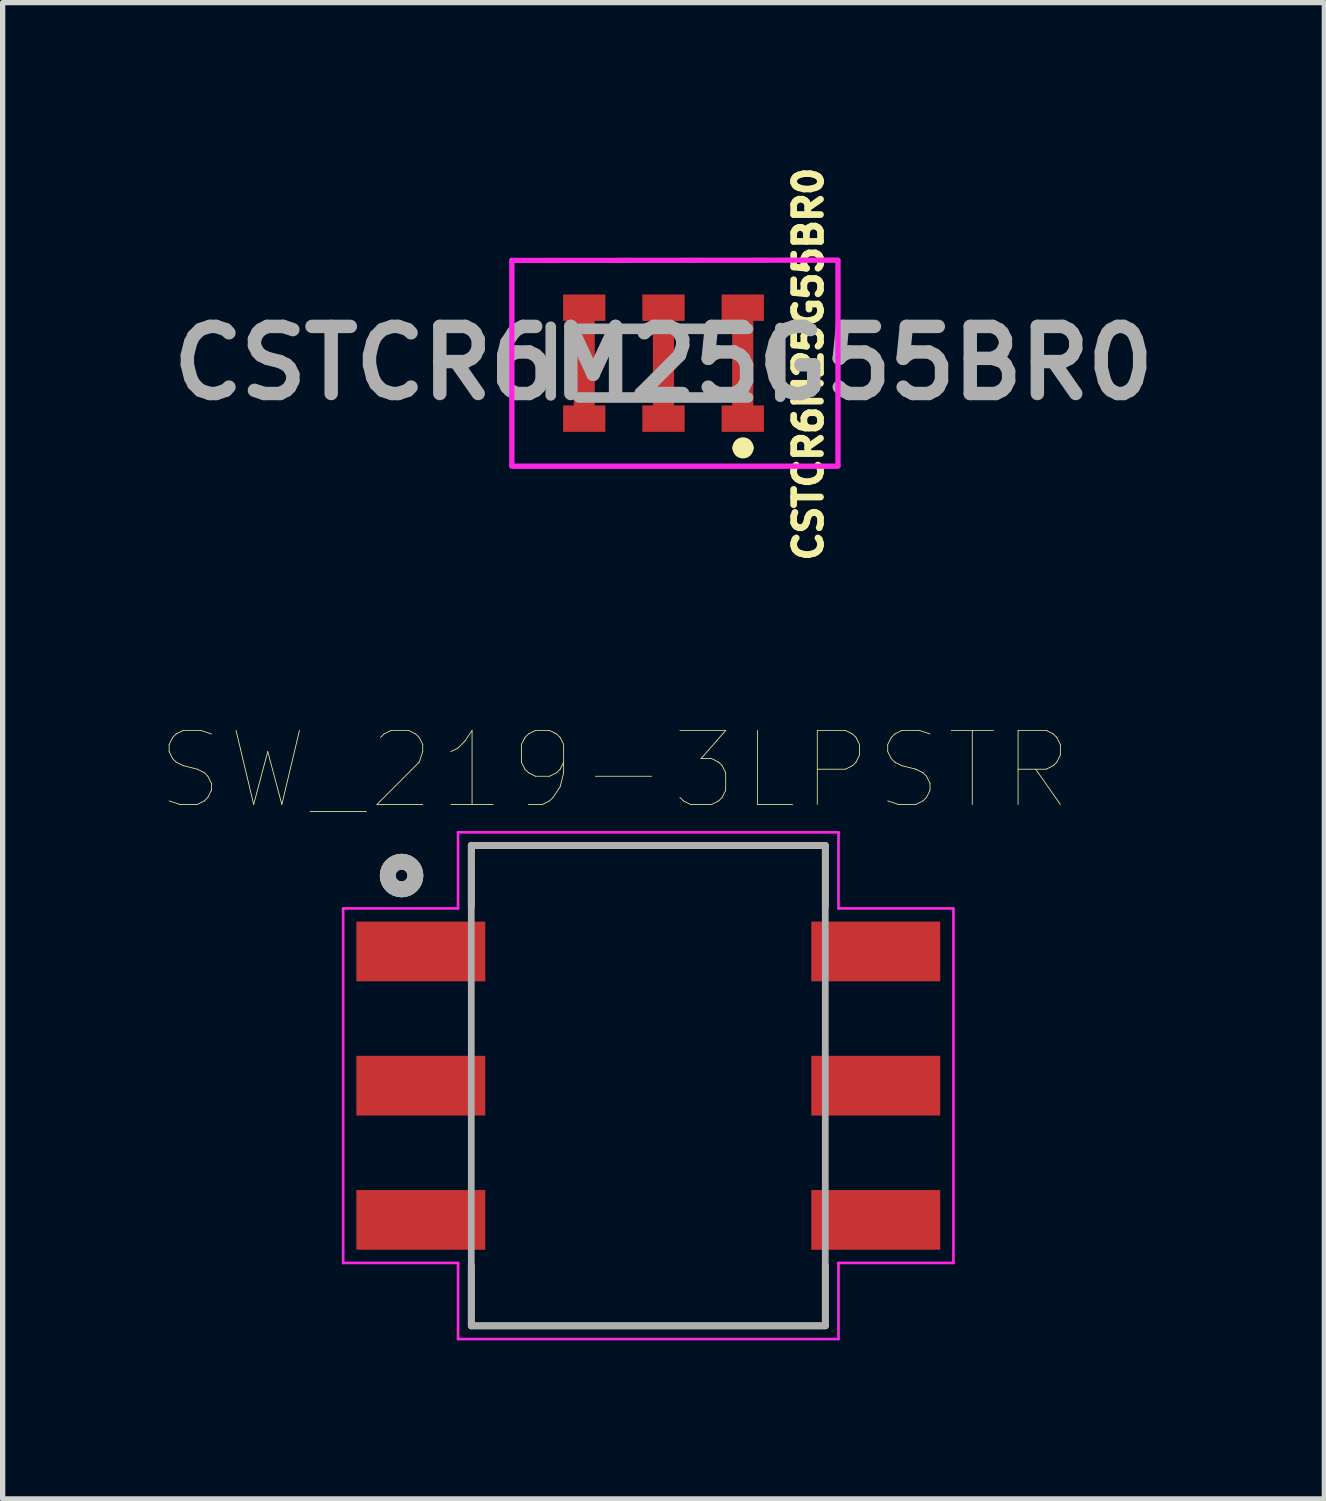
<source format=kicad_pcb>
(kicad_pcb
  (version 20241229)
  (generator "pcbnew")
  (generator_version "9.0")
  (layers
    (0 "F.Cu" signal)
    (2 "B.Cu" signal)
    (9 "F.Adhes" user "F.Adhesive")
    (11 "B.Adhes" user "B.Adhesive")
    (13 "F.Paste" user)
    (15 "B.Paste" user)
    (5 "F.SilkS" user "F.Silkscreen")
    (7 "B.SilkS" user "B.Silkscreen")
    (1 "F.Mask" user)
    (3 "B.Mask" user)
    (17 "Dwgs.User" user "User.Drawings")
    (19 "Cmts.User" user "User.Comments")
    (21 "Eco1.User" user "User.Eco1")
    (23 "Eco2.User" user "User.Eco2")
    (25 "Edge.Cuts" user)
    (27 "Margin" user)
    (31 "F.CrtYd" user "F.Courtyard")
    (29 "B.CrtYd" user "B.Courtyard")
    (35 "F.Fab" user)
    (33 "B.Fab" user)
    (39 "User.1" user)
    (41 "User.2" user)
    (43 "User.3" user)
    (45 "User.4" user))
  (footprint "SW_219-3LPSTR"
    (layer "F.Cu")
    (at 9.219 17.497)
    (property "Reference" "SW_219-3LPSTR" (at -0.635 -5.97 0) (layer "F.SilkS") (effects (font (size 1.4 1.4) (thickness 0.015))))
    (attr through_hole)
    (fp_line (start -3.35 -4.545) (end -3.35 -3.4) (stroke (width 0.127) (type solid)) (layer "F.SilkS"))
    (fp_line (start -3.35 3.405) (end -3.35 4.545) (stroke (width 0.127) (type solid)) (layer "F.SilkS"))
    (fp_line (start 3.35 -4.545) (end -3.35 -4.545) (stroke (width 0.127) (type solid)) (layer "F.SilkS"))
    (fp_line (start 3.35 -4.545) (end 3.35 -3.4) (stroke (width 0.127) (type solid)) (layer "F.SilkS"))
    (fp_line (start 3.35 3.405) (end 3.35 4.545) (stroke (width 0.127) (type solid)) (layer "F.SilkS"))
    (fp_line (start 3.35 4.545) (end -3.35 4.545) (stroke (width 0.127) (type solid)) (layer "F.SilkS"))
    (fp_circle (center -4.669 -3.977) (end -4.557 -3.977) (stroke (width 0.3) (type solid)) (fill no) (layer "F.SilkS"))
    (fp_line (start -5.775 -3.355) (end -3.6 -3.355) (stroke (width 0.05) (type solid)) (layer "F.CrtYd"))
    (fp_line (start -5.775 3.355) (end -5.775 -3.355) (stroke (width 0.05) (type solid)) (layer "F.CrtYd"))
    (fp_line (start -3.6 -4.795) (end 3.6 -4.795) (stroke (width 0.05) (type solid)) (layer "F.CrtYd"))
    (fp_line (start -3.6 -3.355) (end -3.6 -4.795) (stroke (width 0.05) (type solid)) (layer "F.CrtYd"))
    (fp_line (start -3.6 3.355) (end -5.775 3.355) (stroke (width 0.05) (type solid)) (layer "F.CrtYd"))
    (fp_line (start -3.6 4.795) (end -3.6 3.355) (stroke (width 0.05) (type solid)) (layer "F.CrtYd"))
    (fp_line (start 3.6 -4.795) (end 3.6 -3.355) (stroke (width 0.05) (type solid)) (layer "F.CrtYd"))
    (fp_line (start 3.6 -3.355) (end 5.775 -3.355) (stroke (width 0.05) (type solid)) (layer "F.CrtYd"))
    (fp_line (start 3.6 3.355) (end 3.6 4.795) (stroke (width 0.05) (type solid)) (layer "F.CrtYd"))
    (fp_line (start 3.6 4.795) (end -3.6 4.795) (stroke (width 0.05) (type solid)) (layer "F.CrtYd"))
    (fp_line (start 5.775 -3.355) (end 5.775 3.355) (stroke (width 0.05) (type solid)) (layer "F.CrtYd"))
    (fp_line (start 5.775 3.355) (end 3.6 3.355) (stroke (width 0.05) (type solid)) (layer "F.CrtYd"))
    (fp_line (start -3.35 -4.545) (end 3.35 -4.545) (stroke (width 0.127) (type solid)) (layer "F.Fab"))
    (fp_line (start -3.35 4.545) (end -3.35 -4.545) (stroke (width 0.127) (type solid)) (layer "F.Fab"))
    (fp_line (start 3.35 -4.545) (end 3.35 4.545) (stroke (width 0.127) (type solid)) (layer "F.Fab"))
    (fp_line (start 3.35 4.545) (end -3.35 4.545) (stroke (width 0.127) (type solid)) (layer "F.Fab"))
    (fp_circle (center -4.669 -3.977) (end -4.557 -3.977) (stroke (width 0.3) (type solid)) (fill no) (layer "F.Fab"))
    (pad "1" smd rect (at -4.305 -2.54) (size 2.44 1.13) (layers "F.Cu" "F.Mask" "F.Paste"))
    (pad "1_1" smd rect (at 4.305 -2.54) (size 2.44 1.13) (layers "F.Cu" "F.Mask" "F.Paste"))
    (pad "2" smd rect (at -4.305 0) (size 2.44 1.13) (layers "F.Cu" "F.Mask" "F.Paste"))
    (pad "2_1" smd rect (at 4.305 0) (size 2.44 1.13) (layers "F.Cu" "F.Mask" "F.Paste"))
    (pad "3" smd rect (at -4.305 2.54) (size 2.44 1.13) (layers "F.Cu" "F.Mask" "F.Paste"))
    (pad "3_1" smd rect (at 4.305 2.54) (size 2.44 1.13) (layers "F.Cu" "F.Mask" "F.Paste")))
  (footprint "CSTCR6M25G55BR0"
    (layer "F.Cu")
    (at 9.507 3.823)
    (property "Reference" "CSTCR6M25G55BR0" (at 2.743 0.018 270) (layer "F.SilkS") (effects (font (size 0.508 0.508) (thickness 0.127))))
    (attr smd)
    (fp_line (start -2.134 -0.69) (end -2.134 0.61) (stroke (width 0.1) (type solid)) (layer "F.SilkS"))
    (fp_line (start 2.21 -0.65) (end 2.21 0.65) (stroke (width 0.1) (type solid)) (layer "F.SilkS"))
    (fp_arc (start 1.4048 1.6032) (mid 1.5048 1.5032) (end 1.6048 1.6032) (stroke (width 0.2) (type solid)) (layer "F.SilkS"))
    (fp_arc (start 1.6048 1.6032) (mid 1.5048 1.7032) (end 1.4048 1.6032) (stroke (width 0.2) (type solid)) (layer "F.SilkS"))
    (fp_line (start -2.87 -1.944) (end 3.302 -1.95) (stroke (width 0.1) (type solid)) (layer "F.CrtYd"))
    (fp_line (start -2.87 1.93) (end -2.87 -1.944) (stroke (width 0.1) (type solid)) (layer "F.CrtYd"))
    (fp_line (start 3.302 -1.93) (end 3.302 1.93) (stroke (width 0.1) (type solid)) (layer "F.CrtYd"))
    (fp_line (start 3.302 1.95) (end -2.87 1.95) (stroke (width 0.1) (type solid)) (layer "F.CrtYd"))
    (fp_line (start -2.134 0.61) (end -2.134 -0.69) (stroke (width 0.2) (type solid)) (layer "F.Fab"))
    (fp_line (start -1.6 -0.65) (end 1.6 -0.65) (stroke (width 0.2) (type solid)) (layer "F.Fab"))
    (fp_line (start 1.6 0.65) (end -1.6 0.65) (stroke (width 0.2) (type solid)) (layer "F.Fab"))
    (fp_line (start 2.21 -0.665) (end 2.21 0.635) (stroke (width 0.2) (type solid)) (layer "F.Fab"))
    (fp_text user "${REFERENCE}" (at 0 0 180) (layer "F.Fab") (effects (font (size 1.27 1.27) (thickness 0.254))))
    (pad "1" smd custom (at 1.5 0) (size 0.4 1.6) (layers "F.Cu" "F.Mask" "F.Paste") (options (anchor rect)) (primitives (gr_poly (pts (xy -0.4 -0.8) (xy 0.4 -0.8) (xy 0.4 -1.3) (xy -0.4 -1.3)) (width 0) (fill yes)) (gr_poly (pts (xy -0.4 1.3) (xy 0.4 1.3) (xy 0.4 0.8) (xy -0.4 0.8)) (width 0) (fill yes))))
    (pad "2" smd custom (at 0 0) (size 0.4 1.6) (layers "F.Cu" "F.Mask" "F.Paste") (options (anchor rect)) (primitives (gr_poly (pts (xy -0.4 -0.8) (xy 0.4 -0.8) (xy 0.4 -1.3) (xy -0.4 -1.3)) (width 0) (fill yes)) (gr_poly (pts (xy -0.4 1.3) (xy 0.4 1.3) (xy 0.4 0.8) (xy -0.4 0.8)) (width 0) (fill yes))))
    (pad "3" smd custom (at -1.5 0) (size 0.4 1.6) (layers "F.Cu" "F.Mask" "F.Paste") (options (anchor rect)) (primitives (gr_poly (pts (xy -0.4 -0.8) (xy 0.4 -0.8) (xy 0.4 -1.3) (xy -0.4 -1.3)) (width 0) (fill yes)) (gr_poly (pts (xy -0.4 1.3) (xy 0.4 1.3) (xy 0.4 0.8) (xy -0.4 0.8)) (width 0) (fill yes)))))
  (gr_rect
    (start -3 -3)
    (end 22.014 25.317)
    (stroke (width 0.1) (type default))
    (fill no)
    (layer "Edge.Cuts")))
</source>
